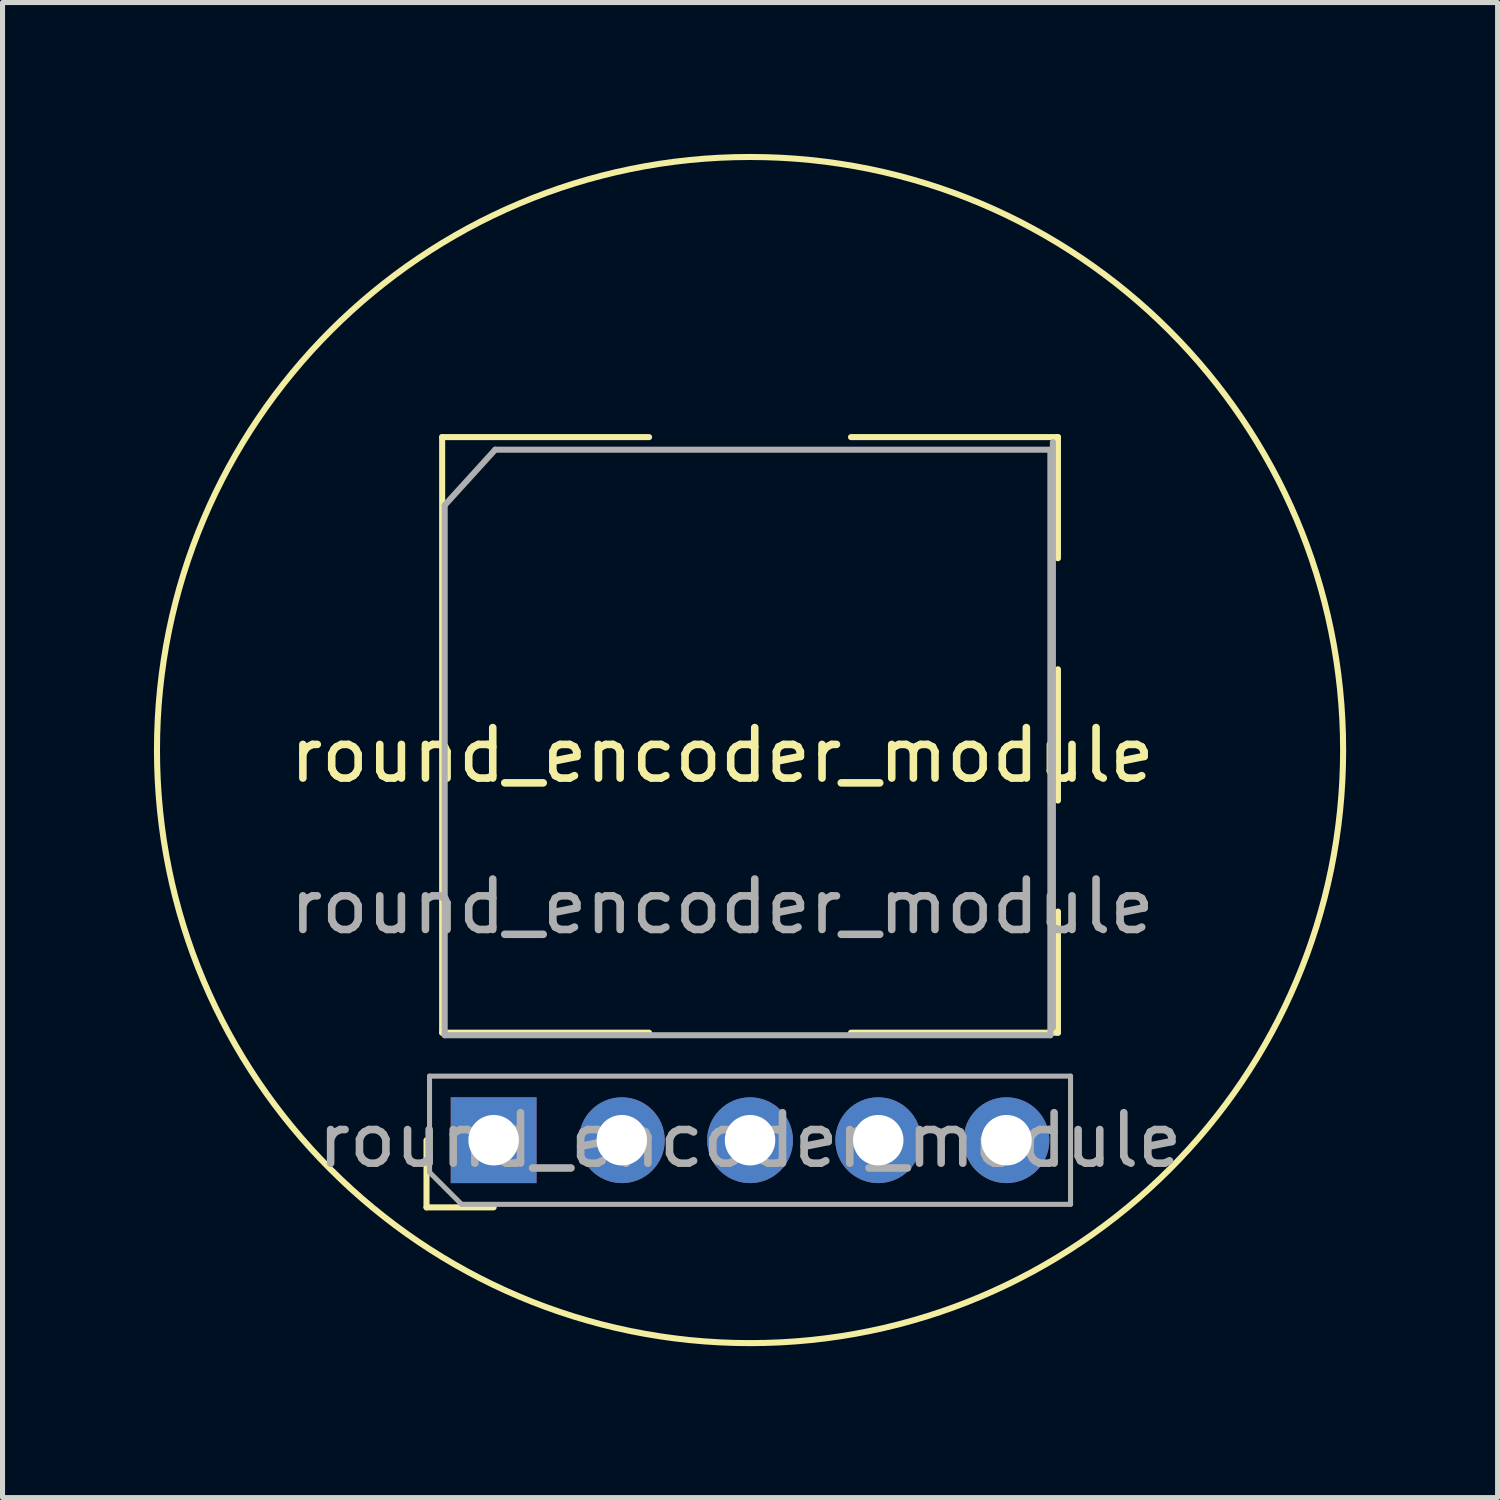
<source format=kicad_pcb>
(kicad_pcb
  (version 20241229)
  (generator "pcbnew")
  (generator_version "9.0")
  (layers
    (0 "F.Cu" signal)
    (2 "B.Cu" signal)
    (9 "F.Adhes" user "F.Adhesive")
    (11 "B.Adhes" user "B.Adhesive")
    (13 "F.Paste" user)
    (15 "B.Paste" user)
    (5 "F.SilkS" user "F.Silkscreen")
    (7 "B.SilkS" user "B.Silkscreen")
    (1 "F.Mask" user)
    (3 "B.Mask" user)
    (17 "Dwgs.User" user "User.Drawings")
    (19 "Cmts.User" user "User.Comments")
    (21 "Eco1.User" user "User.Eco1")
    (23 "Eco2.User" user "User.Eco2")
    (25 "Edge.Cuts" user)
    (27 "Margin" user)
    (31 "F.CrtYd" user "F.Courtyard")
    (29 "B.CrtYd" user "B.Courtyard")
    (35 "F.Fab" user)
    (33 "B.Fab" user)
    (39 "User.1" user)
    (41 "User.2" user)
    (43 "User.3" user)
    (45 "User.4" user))
  (footprint "round_encoder_module"
    (layer "F.Cu")
    (at 11.81 11.81)
    (property "Reference" "round_encoder_module" (at -0.55 0.1 0) (unlocked yes) (layer "F.SilkS") (effects (font (size 1 1) (thickness 0.15))))
    (attr through_hole)
    (fp_line (start -6.41 9.06) (end -6.41 7.73) (stroke (width 0.12) (type solid)) (layer "F.SilkS"))
    (fp_line (start -6.1 -6.2) (end -6.1 5.6) (stroke (width 0.12) (type solid)) (layer "F.SilkS"))
    (fp_line (start -5.08 9.06) (end -6.41 9.06) (stroke (width 0.12) (type solid)) (layer "F.SilkS"))
    (fp_line (start -2 -6.2) (end -6.1 -6.2) (stroke (width 0.12) (type solid)) (layer "F.SilkS"))
    (fp_line (start -2 5.6) (end -6.1 5.6) (stroke (width 0.12) (type solid)) (layer "F.SilkS"))
    (fp_line (start 2 -6.2) (end 6.1 -6.2) (stroke (width 0.12) (type solid)) (layer "F.SilkS"))
    (fp_line (start 6.1 -6.2) (end 6.1 -3.8) (stroke (width 0.12) (type solid)) (layer "F.SilkS"))
    (fp_line (start 6.1 -1.6) (end 6.1 1) (stroke (width 0.12) (type solid)) (layer "F.SilkS"))
    (fp_line (start 6.1 3.2) (end 6.1 5.6) (stroke (width 0.12) (type solid)) (layer "F.SilkS"))
    (fp_line (start 6.1 5.6) (end 2 5.6) (stroke (width 0.12) (type solid)) (layer "F.SilkS"))
    (fp_circle (center 0 0) (end 11.75 0) (stroke (width 0.12) (type solid)) (fill no) (layer "F.SilkS"))
    (fp_line (start -6.35 6.46) (end 6.35 6.46) (stroke (width 0.1) (type solid)) (layer "F.Fab"))
    (fp_line (start -6.35 8.365) (end -6.35 6.46) (stroke (width 0.1) (type solid)) (layer "F.Fab"))
    (fp_line (start -6.05 -4.85) (end -5.05 -5.95) (stroke (width 0.12) (type solid)) (layer "F.Fab"))
    (fp_line (start -6.05 5.65) (end -6.05 -4.85) (stroke (width 0.12) (type solid)) (layer "F.Fab"))
    (fp_line (start -5.715 9) (end -6.35 8.365) (stroke (width 0.1) (type solid)) (layer "F.Fab"))
    (fp_line (start -5.05 -5.95) (end 5.95 -5.95) (stroke (width 0.12) (type solid)) (layer "F.Fab"))
    (fp_line (start 5.95 -5.95) (end 5.95 5.65) (stroke (width 0.12) (type solid)) (layer "F.Fab"))
    (fp_line (start 5.95 5.65) (end -6.05 5.65) (stroke (width 0.12) (type solid)) (layer "F.Fab"))
    (fp_line (start 6 -6.1) (end 6 5.5) (stroke (width 0.12) (type solid)) (layer "F.Fab"))
    (fp_line (start 6.35 6.46) (end 6.35 9) (stroke (width 0.1) (type solid)) (layer "F.Fab"))
    (fp_line (start 6.35 9) (end -5.715 9) (stroke (width 0.1) (type solid)) (layer "F.Fab"))
    (fp_text user "${REFERENCE}" (at 0 7.73 180) (layer "F.Fab") (effects (font (size 1 1) (thickness 0.15))))
    (fp_text user "${REFERENCE}" (at -0.55 3.1 0) (unlocked yes) (layer "F.Fab") (effects (font (size 1 1) (thickness 0.15))))
    (pad "1" thru_hole rect (at -5.08 7.73 90) (size 1.7 1.7) (drill 1) (layers "*.Cu" "*.Mask"))
    (pad "2" thru_hole oval (at -2.54 7.73 90) (size 1.7 1.7) (drill 1) (layers "*.Cu" "*.Mask"))
    (pad "3" thru_hole oval (at 0 7.73 90) (size 1.7 1.7) (drill 1) (layers "*.Cu" "*.Mask"))
    (pad "4" thru_hole oval (at 2.54 7.73 90) (size 1.7 1.7) (drill 1) (layers "*.Cu" "*.Mask"))
    (pad "5" thru_hole oval (at 5.08 7.73 90) (size 1.7 1.7) (drill 1) (layers "*.Cu" "*.Mask")))
  (gr_rect
    (start -3 -3)
    (end 26.62 26.62)
    (stroke (width 0.1) (type default))
    (fill no)
    (layer "Edge.Cuts")))
</source>
